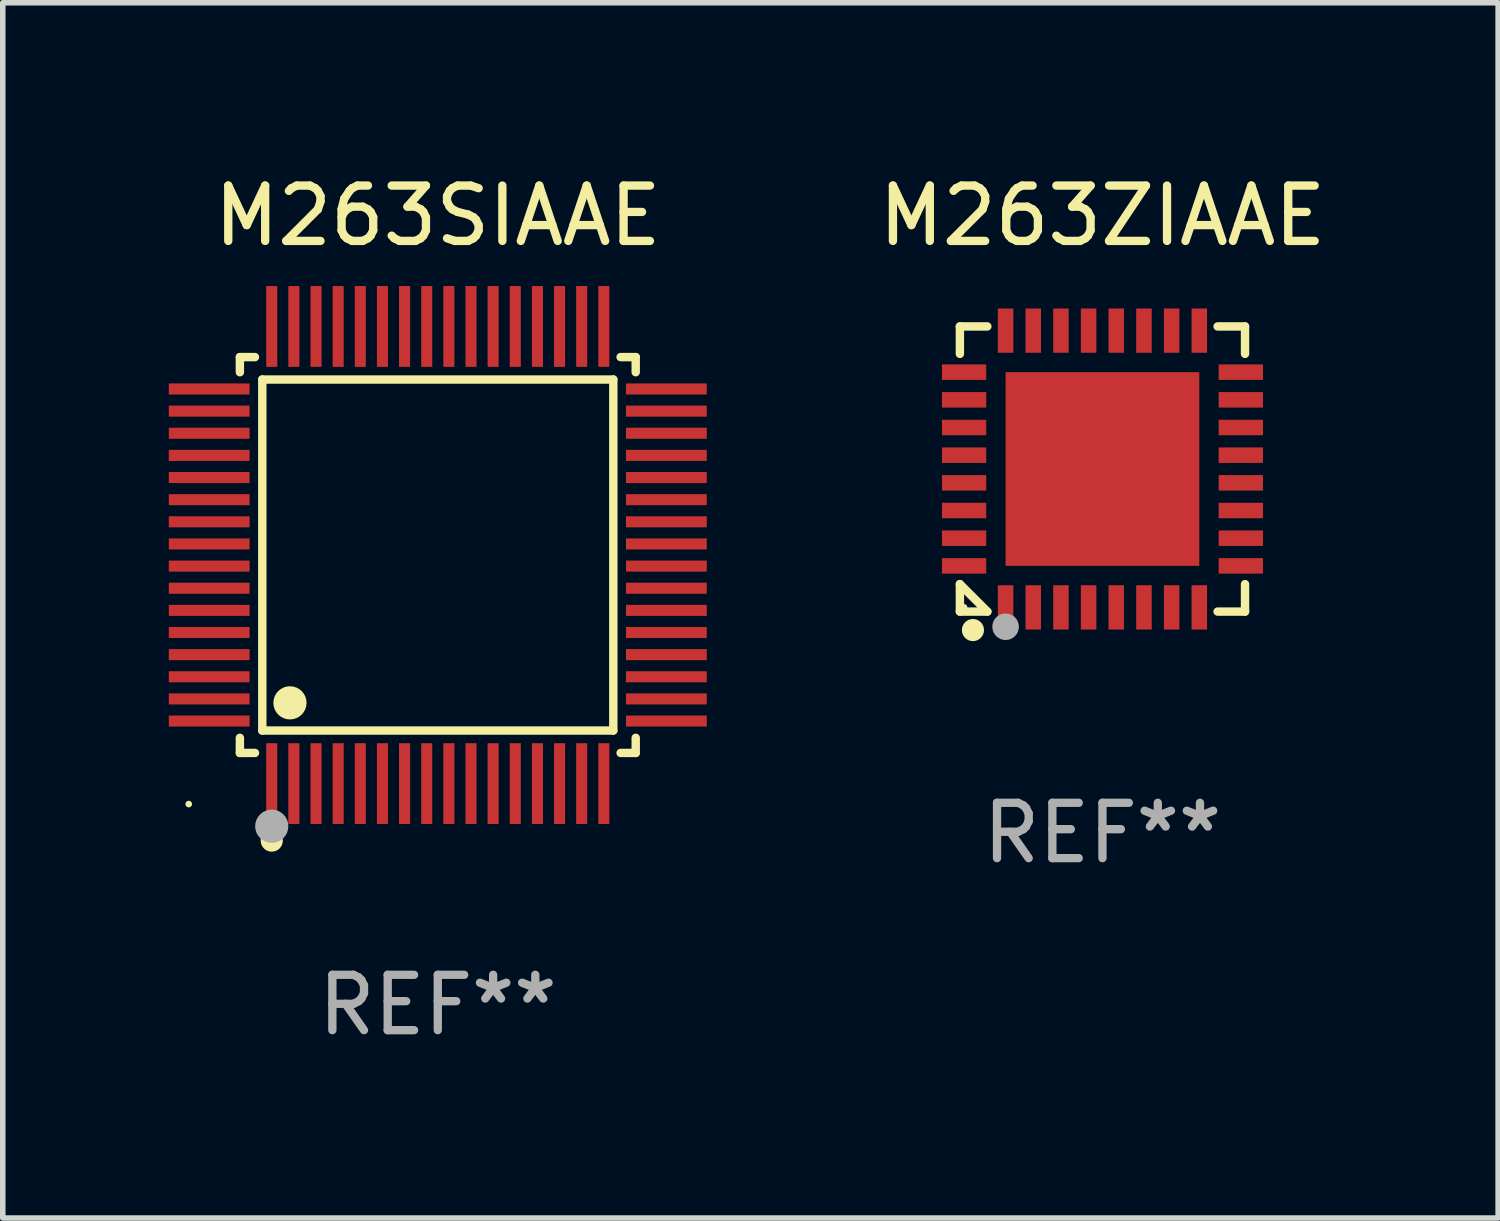
<source format=kicad_pcb>
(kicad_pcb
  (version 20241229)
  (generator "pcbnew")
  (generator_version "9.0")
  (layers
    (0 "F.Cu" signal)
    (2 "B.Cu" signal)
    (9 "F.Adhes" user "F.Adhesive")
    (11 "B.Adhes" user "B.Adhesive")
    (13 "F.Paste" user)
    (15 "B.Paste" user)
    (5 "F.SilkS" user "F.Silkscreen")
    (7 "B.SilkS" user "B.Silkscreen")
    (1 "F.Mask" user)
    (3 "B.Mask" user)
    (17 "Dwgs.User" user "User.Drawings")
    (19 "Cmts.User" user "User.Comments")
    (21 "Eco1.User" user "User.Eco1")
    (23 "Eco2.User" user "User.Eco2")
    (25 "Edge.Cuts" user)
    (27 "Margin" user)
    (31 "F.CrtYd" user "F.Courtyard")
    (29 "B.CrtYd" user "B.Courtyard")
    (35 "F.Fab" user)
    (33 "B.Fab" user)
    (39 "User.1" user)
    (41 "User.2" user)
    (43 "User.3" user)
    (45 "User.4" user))
  (footprint "M263SIAAE"
    (layer "F.Cu")
    (at 4.86 6.978)
    (property "Reference" "M263SIAAE" (at 0 -6.13 0) (layer "F.SilkS") (effects (font (size 1 1) (thickness 0.15))))
    (attr through_hole)
    (fp_line (start -3.576 -3.576) (end -3.303 -3.576) (stroke (width 0.152) (type solid)) (layer "F.SilkS"))
    (fp_line (start -3.576 -3.303) (end -3.576 -3.576) (stroke (width 0.152) (type solid)) (layer "F.SilkS"))
    (fp_line (start -3.576 3.303) (end -3.576 3.576) (stroke (width 0.152) (type solid)) (layer "F.SilkS"))
    (fp_line (start -3.576 3.576) (end -3.303 3.576) (stroke (width 0.152) (type solid)) (layer "F.SilkS"))
    (fp_line (start -3.171 -3.171) (end 3.171 -3.171) (stroke (width 0.152) (type solid)) (layer "F.SilkS"))
    (fp_line (start -3.171 3.171) (end -3.171 -3.171) (stroke (width 0.152) (type solid)) (layer "F.SilkS"))
    (fp_line (start 3.171 -3.171) (end 3.171 3.171) (stroke (width 0.152) (type solid)) (layer "F.SilkS"))
    (fp_line (start 3.171 3.171) (end -3.171 3.171) (stroke (width 0.152) (type solid)) (layer "F.SilkS"))
    (fp_line (start 3.576 -3.576) (end 3.303 -3.576) (stroke (width 0.152) (type solid)) (layer "F.SilkS"))
    (fp_line (start 3.576 -3.303) (end 3.576 -3.576) (stroke (width 0.152) (type solid)) (layer "F.SilkS"))
    (fp_line (start 3.576 3.303) (end 3.576 3.576) (stroke (width 0.152) (type solid)) (layer "F.SilkS"))
    (fp_line (start 3.576 3.576) (end 3.303 3.576) (stroke (width 0.152) (type solid)) (layer "F.SilkS"))
    (fp_circle (center -4.5 4.5) (end -4.47 4.5) (stroke (width 0.06) (type solid)) (fill no) (layer "F.SilkS"))
    (fp_circle (center -3 5.16) (end -2.9 5.16) (stroke (width 0.2) (type solid)) (fill no) (layer "F.SilkS"))
    (fp_circle (center -2.671 2.671) (end -2.521 2.671) (stroke (width 0.3) (type solid)) (fill no) (layer "F.SilkS"))
    (fp_circle (center -3 4.9) (end -2.85 4.9) (stroke (width 0.3) (type solid)) (fill no) (layer "F.Fab"))
    (fp_text user "REF**" (at 0 8.13 0) (layer "F.Fab") (effects (font (size 1 1) (thickness 0.15))))
    (pad "1" smd rect (at -3 4.13) (size 0.2 1.46) (layers "F.Cu" "F.Mask" "F.Paste"))
    (pad "2" smd rect (at -2.6 4.13) (size 0.2 1.46) (layers "F.Cu" "F.Mask" "F.Paste"))
    (pad "3" smd rect (at -2.2 4.13) (size 0.2 1.46) (layers "F.Cu" "F.Mask" "F.Paste"))
    (pad "4" smd rect (at -1.8 4.13) (size 0.2 1.46) (layers "F.Cu" "F.Mask" "F.Paste"))
    (pad "5" smd rect (at -1.4 4.13) (size 0.2 1.46) (layers "F.Cu" "F.Mask" "F.Paste"))
    (pad "6" smd rect (at -1 4.13) (size 0.2 1.46) (layers "F.Cu" "F.Mask" "F.Paste"))
    (pad "7" smd rect (at -0.6 4.13) (size 0.2 1.46) (layers "F.Cu" "F.Mask" "F.Paste"))
    (pad "8" smd rect (at -0.2 4.13) (size 0.2 1.46) (layers "F.Cu" "F.Mask" "F.Paste"))
    (pad "9" smd rect (at 0.2 4.13) (size 0.2 1.46) (layers "F.Cu" "F.Mask" "F.Paste"))
    (pad "10" smd rect (at 0.6 4.13) (size 0.2 1.46) (layers "F.Cu" "F.Mask" "F.Paste"))
    (pad "11" smd rect (at 1 4.13) (size 0.2 1.46) (layers "F.Cu" "F.Mask" "F.Paste"))
    (pad "12" smd rect (at 1.4 4.13) (size 0.2 1.46) (layers "F.Cu" "F.Mask" "F.Paste"))
    (pad "13" smd rect (at 1.8 4.13) (size 0.2 1.46) (layers "F.Cu" "F.Mask" "F.Paste"))
    (pad "14" smd rect (at 2.2 4.13) (size 0.2 1.46) (layers "F.Cu" "F.Mask" "F.Paste"))
    (pad "15" smd rect (at 2.6 4.13) (size 0.2 1.46) (layers "F.Cu" "F.Mask" "F.Paste"))
    (pad "16" smd rect (at 3 4.13) (size 0.2 1.46) (layers "F.Cu" "F.Mask" "F.Paste"))
    (pad "17" smd rect (at 4.13 3) (size 1.46 0.2) (layers "F.Cu" "F.Mask" "F.Paste"))
    (pad "18" smd rect (at 4.13 2.6) (size 1.46 0.2) (layers "F.Cu" "F.Mask" "F.Paste"))
    (pad "19" smd rect (at 4.13 2.2) (size 1.46 0.2) (layers "F.Cu" "F.Mask" "F.Paste"))
    (pad "20" smd rect (at 4.13 1.8) (size 1.46 0.2) (layers "F.Cu" "F.Mask" "F.Paste"))
    (pad "21" smd rect (at 4.13 1.4) (size 1.46 0.2) (layers "F.Cu" "F.Mask" "F.Paste"))
    (pad "22" smd rect (at 4.13 1) (size 1.46 0.2) (layers "F.Cu" "F.Mask" "F.Paste"))
    (pad "23" smd rect (at 4.13 0.6) (size 1.46 0.2) (layers "F.Cu" "F.Mask" "F.Paste"))
    (pad "24" smd rect (at 4.13 0.2) (size 1.46 0.2) (layers "F.Cu" "F.Mask" "F.Paste"))
    (pad "25" smd rect (at 4.13 -0.2) (size 1.46 0.2) (layers "F.Cu" "F.Mask" "F.Paste"))
    (pad "26" smd rect (at 4.13 -0.6) (size 1.46 0.2) (layers "F.Cu" "F.Mask" "F.Paste"))
    (pad "27" smd rect (at 4.13 -1) (size 1.46 0.2) (layers "F.Cu" "F.Mask" "F.Paste"))
    (pad "28" smd rect (at 4.13 -1.4) (size 1.46 0.2) (layers "F.Cu" "F.Mask" "F.Paste"))
    (pad "29" smd rect (at 4.13 -1.8) (size 1.46 0.2) (layers "F.Cu" "F.Mask" "F.Paste"))
    (pad "30" smd rect (at 4.13 -2.2) (size 1.46 0.2) (layers "F.Cu" "F.Mask" "F.Paste"))
    (pad "31" smd rect (at 4.13 -2.6) (size 1.46 0.2) (layers "F.Cu" "F.Mask" "F.Paste"))
    (pad "32" smd rect (at 4.13 -3) (size 1.46 0.2) (layers "F.Cu" "F.Mask" "F.Paste"))
    (pad "33" smd rect (at 3 -4.13) (size 0.2 1.46) (layers "F.Cu" "F.Mask" "F.Paste"))
    (pad "34" smd rect (at 2.6 -4.13) (size 0.2 1.46) (layers "F.Cu" "F.Mask" "F.Paste"))
    (pad "35" smd rect (at 2.2 -4.13) (size 0.2 1.46) (layers "F.Cu" "F.Mask" "F.Paste"))
    (pad "36" smd rect (at 1.8 -4.13) (size 0.2 1.46) (layers "F.Cu" "F.Mask" "F.Paste"))
    (pad "37" smd rect (at 1.4 -4.13) (size 0.2 1.46) (layers "F.Cu" "F.Mask" "F.Paste"))
    (pad "38" smd rect (at 1 -4.13) (size 0.2 1.46) (layers "F.Cu" "F.Mask" "F.Paste"))
    (pad "39" smd rect (at 0.6 -4.13) (size 0.2 1.46) (layers "F.Cu" "F.Mask" "F.Paste"))
    (pad "40" smd rect (at 0.2 -4.13) (size 0.2 1.46) (layers "F.Cu" "F.Mask" "F.Paste"))
    (pad "41" smd rect (at -0.2 -4.13) (size 0.2 1.46) (layers "F.Cu" "F.Mask" "F.Paste"))
    (pad "42" smd rect (at -0.6 -4.13) (size 0.2 1.46) (layers "F.Cu" "F.Mask" "F.Paste"))
    (pad "43" smd rect (at -1 -4.13) (size 0.2 1.46) (layers "F.Cu" "F.Mask" "F.Paste"))
    (pad "44" smd rect (at -1.4 -4.13) (size 0.2 1.46) (layers "F.Cu" "F.Mask" "F.Paste"))
    (pad "45" smd rect (at -1.8 -4.13) (size 0.2 1.46) (layers "F.Cu" "F.Mask" "F.Paste"))
    (pad "46" smd rect (at -2.2 -4.13) (size 0.2 1.46) (layers "F.Cu" "F.Mask" "F.Paste"))
    (pad "47" smd rect (at -2.6 -4.13) (size 0.2 1.46) (layers "F.Cu" "F.Mask" "F.Paste"))
    (pad "48" smd rect (at -3 -4.13) (size 0.2 1.46) (layers "F.Cu" "F.Mask" "F.Paste"))
    (pad "49" smd rect (at -4.13 -3) (size 1.46 0.2) (layers "F.Cu" "F.Mask" "F.Paste"))
    (pad "50" smd rect (at -4.13 -2.6) (size 1.46 0.2) (layers "F.Cu" "F.Mask" "F.Paste"))
    (pad "51" smd rect (at -4.13 -2.2) (size 1.46 0.2) (layers "F.Cu" "F.Mask" "F.Paste"))
    (pad "52" smd rect (at -4.13 -1.8) (size 1.46 0.2) (layers "F.Cu" "F.Mask" "F.Paste"))
    (pad "53" smd rect (at -4.13 -1.4) (size 1.46 0.2) (layers "F.Cu" "F.Mask" "F.Paste"))
    (pad "54" smd rect (at -4.13 -1) (size 1.46 0.2) (layers "F.Cu" "F.Mask" "F.Paste"))
    (pad "55" smd rect (at -4.13 -0.6) (size 1.46 0.2) (layers "F.Cu" "F.Mask" "F.Paste"))
    (pad "56" smd rect (at -4.13 -0.2) (size 1.46 0.2) (layers "F.Cu" "F.Mask" "F.Paste"))
    (pad "57" smd rect (at -4.13 0.2) (size 1.46 0.2) (layers "F.Cu" "F.Mask" "F.Paste"))
    (pad "58" smd rect (at -4.13 0.6) (size 1.46 0.2) (layers "F.Cu" "F.Mask" "F.Paste"))
    (pad "59" smd rect (at -4.13 1) (size 1.46 0.2) (layers "F.Cu" "F.Mask" "F.Paste"))
    (pad "60" smd rect (at -4.13 1.4) (size 1.46 0.2) (layers "F.Cu" "F.Mask" "F.Paste"))
    (pad "61" smd rect (at -4.13 1.8) (size 1.46 0.2) (layers "F.Cu" "F.Mask" "F.Paste"))
    (pad "62" smd rect (at -4.13 2.2) (size 1.46 0.2) (layers "F.Cu" "F.Mask" "F.Paste"))
    (pad "63" smd rect (at -4.13 2.6) (size 1.46 0.2) (layers "F.Cu" "F.Mask" "F.Paste"))
    (pad "64" smd rect (at -4.13 3) (size 1.46 0.2) (layers "F.Cu" "F.Mask" "F.Paste")))
  (footprint "M263ZIAAE"
    (layer "F.Cu")
    (at 16.869 5.424)
    (property "Reference" "M263ZIAAE" (at 0 -4.576 0) (layer "F.SilkS") (effects (font (size 1 1) (thickness 0.15))))
    (attr through_hole)
    (fp_line (start -2.576 -2.576) (end -2.08 -2.576) (stroke (width 0.152) (type solid)) (layer "F.SilkS"))
    (fp_line (start -2.576 -2.08) (end -2.576 -2.576) (stroke (width 0.152) (type solid)) (layer "F.SilkS"))
    (fp_line (start -2.576 2.08) (end -2.576 2.576) (stroke (width 0.152) (type solid)) (layer "F.SilkS"))
    (fp_line (start -2.576 2.08) (end -2.08 2.576) (stroke (width 0.152) (type solid)) (layer "F.SilkS"))
    (fp_line (start -2.576 2.576) (end -2.08 2.576) (stroke (width 0.152) (type solid)) (layer "F.SilkS"))
    (fp_line (start 2.576 -2.576) (end 2.08 -2.576) (stroke (width 0.152) (type solid)) (layer "F.SilkS"))
    (fp_line (start 2.576 -2.08) (end 2.576 -2.576) (stroke (width 0.152) (type solid)) (layer "F.SilkS"))
    (fp_line (start 2.576 2.08) (end 2.576 2.576) (stroke (width 0.152) (type solid)) (layer "F.SilkS"))
    (fp_line (start 2.576 2.576) (end 2.08 2.576) (stroke (width 0.152) (type solid)) (layer "F.SilkS"))
    (fp_circle (center -2.5 2.5) (end -2.47 2.5) (stroke (width 0.06) (type solid)) (fill no) (layer "F.SilkS"))
    (fp_circle (center -2.34 2.91) (end -2.24 2.91) (stroke (width 0.2) (type solid)) (fill no) (layer "F.SilkS"))
    (fp_circle (center -1.75 2.85) (end -1.63 2.85) (stroke (width 0.24) (type solid)) (fill no) (layer "F.Fab"))
    (fp_text user "REF**" (at 0 6.576 0) (layer "F.Fab") (effects (font (size 1 1) (thickness 0.15))))
    (pad "1" smd rect (at -1.75 2.5) (size 0.28 0.8) (layers "F.Cu" "F.Mask" "F.Paste"))
    (pad "2" smd rect (at -1.25 2.5) (size 0.28 0.8) (layers "F.Cu" "F.Mask" "F.Paste"))
    (pad "3" smd rect (at -0.75 2.5) (size 0.28 0.8) (layers "F.Cu" "F.Mask" "F.Paste"))
    (pad "4" smd rect (at -0.25 2.5) (size 0.28 0.8) (layers "F.Cu" "F.Mask" "F.Paste"))
    (pad "5" smd rect (at 0.25 2.5) (size 0.28 0.8) (layers "F.Cu" "F.Mask" "F.Paste"))
    (pad "6" smd rect (at 0.75 2.5) (size 0.28 0.8) (layers "F.Cu" "F.Mask" "F.Paste"))
    (pad "7" smd rect (at 1.25 2.5) (size 0.28 0.8) (layers "F.Cu" "F.Mask" "F.Paste"))
    (pad "8" smd rect (at 1.75 2.5) (size 0.28 0.8) (layers "F.Cu" "F.Mask" "F.Paste"))
    (pad "9" smd rect (at 2.5 1.75) (size 0.8 0.28) (layers "F.Cu" "F.Mask" "F.Paste"))
    (pad "10" smd rect (at 2.5 1.25) (size 0.8 0.28) (layers "F.Cu" "F.Mask" "F.Paste"))
    (pad "11" smd rect (at 2.5 0.75) (size 0.8 0.28) (layers "F.Cu" "F.Mask" "F.Paste"))
    (pad "12" smd rect (at 2.5 0.25) (size 0.8 0.28) (layers "F.Cu" "F.Mask" "F.Paste"))
    (pad "13" smd rect (at 2.5 -0.25) (size 0.8 0.28) (layers "F.Cu" "F.Mask" "F.Paste"))
    (pad "14" smd rect (at 2.5 -0.75) (size 0.8 0.28) (layers "F.Cu" "F.Mask" "F.Paste"))
    (pad "15" smd rect (at 2.5 -1.25) (size 0.8 0.28) (layers "F.Cu" "F.Mask" "F.Paste"))
    (pad "16" smd rect (at 2.5 -1.75) (size 0.8 0.28) (layers "F.Cu" "F.Mask" "F.Paste"))
    (pad "17" smd rect (at 1.75 -2.5) (size 0.28 0.8) (layers "F.Cu" "F.Mask" "F.Paste"))
    (pad "18" smd rect (at 1.25 -2.5) (size 0.28 0.8) (layers "F.Cu" "F.Mask" "F.Paste"))
    (pad "19" smd rect (at 0.75 -2.5) (size 0.28 0.8) (layers "F.Cu" "F.Mask" "F.Paste"))
    (pad "20" smd rect (at 0.25 -2.5) (size 0.28 0.8) (layers "F.Cu" "F.Mask" "F.Paste"))
    (pad "21" smd rect (at -0.25 -2.5) (size 0.28 0.8) (layers "F.Cu" "F.Mask" "F.Paste"))
    (pad "22" smd rect (at -0.75 -2.5) (size 0.28 0.8) (layers "F.Cu" "F.Mask" "F.Paste"))
    (pad "23" smd rect (at -1.25 -2.5) (size 0.28 0.8) (layers "F.Cu" "F.Mask" "F.Paste"))
    (pad "24" smd rect (at -1.75 -2.5) (size 0.28 0.8) (layers "F.Cu" "F.Mask" "F.Paste"))
    (pad "25" smd rect (at -2.5 -1.75) (size 0.8 0.28) (layers "F.Cu" "F.Mask" "F.Paste"))
    (pad "26" smd rect (at -2.5 -1.25) (size 0.8 0.28) (layers "F.Cu" "F.Mask" "F.Paste"))
    (pad "27" smd rect (at -2.5 -0.75) (size 0.8 0.28) (layers "F.Cu" "F.Mask" "F.Paste"))
    (pad "28" smd rect (at -2.5 -0.25) (size 0.8 0.28) (layers "F.Cu" "F.Mask" "F.Paste"))
    (pad "29" smd rect (at -2.5 0.25) (size 0.8 0.28) (layers "F.Cu" "F.Mask" "F.Paste"))
    (pad "30" smd rect (at -2.5 0.75) (size 0.8 0.28) (layers "F.Cu" "F.Mask" "F.Paste"))
    (pad "31" smd rect (at -2.5 1.25) (size 0.8 0.28) (layers "F.Cu" "F.Mask" "F.Paste"))
    (pad "32" smd rect (at -2.5 1.75) (size 0.8 0.28) (layers "F.Cu" "F.Mask" "F.Paste"))
    (pad "33" smd rect (at 0 0) (size 3.5 3.5) (layers "F.Cu" "F.Mask" "F.Paste")))
  (gr_rect
    (start -3 -3)
    (end 24.018 18.957)
    (stroke (width 0.1) (type default))
    (fill no)
    (layer "Edge.Cuts")))
</source>
